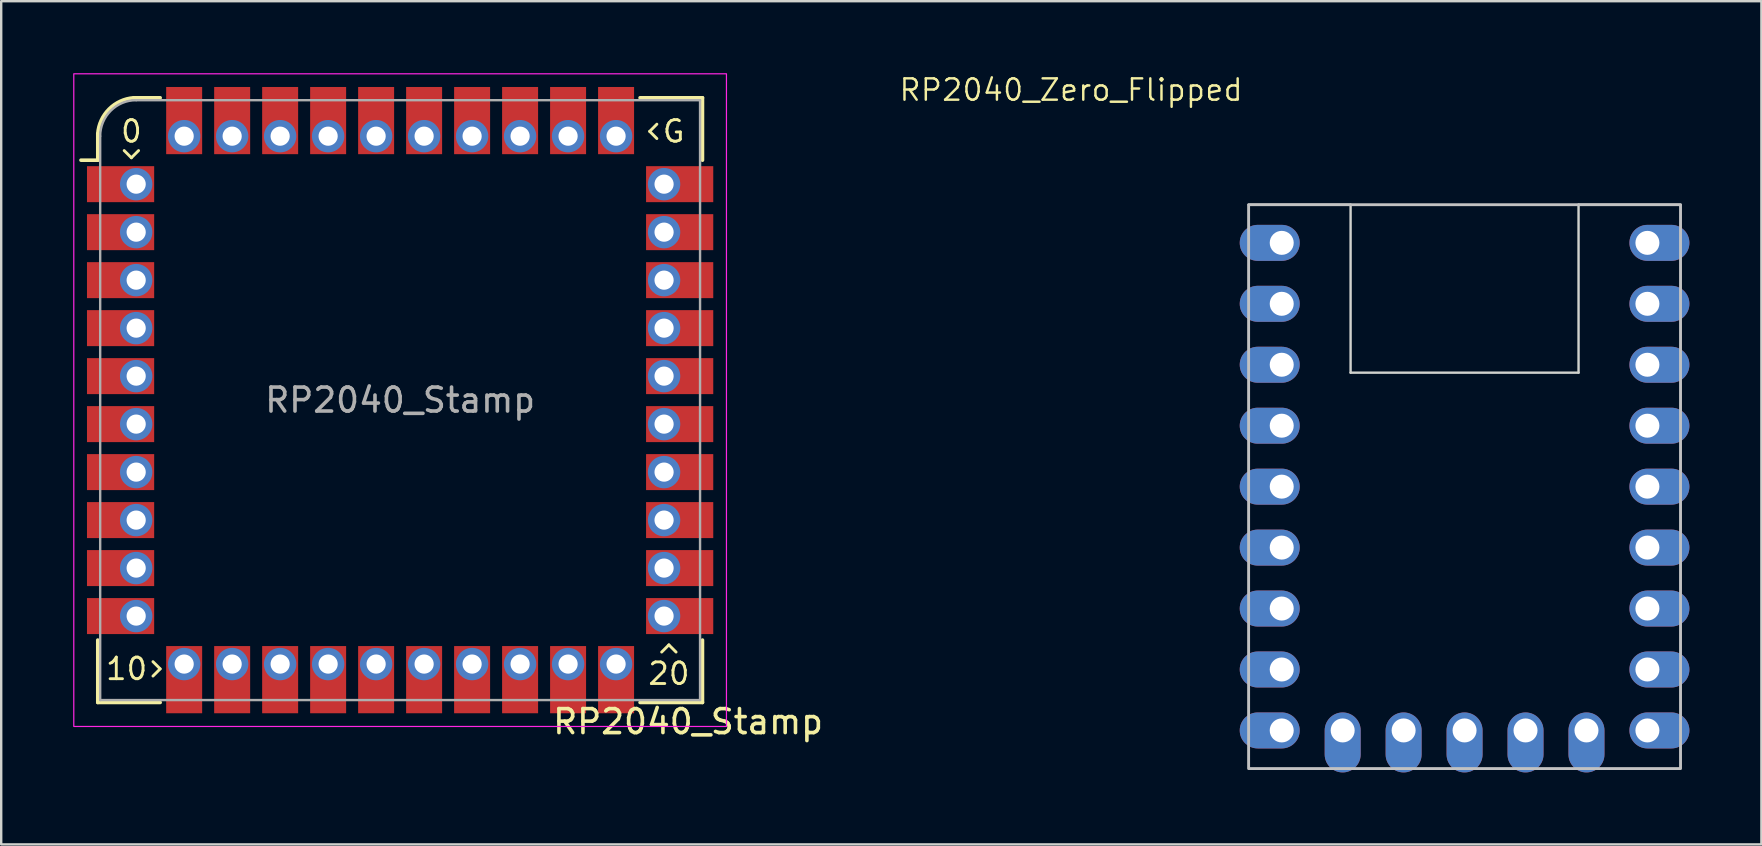
<source format=kicad_pcb>
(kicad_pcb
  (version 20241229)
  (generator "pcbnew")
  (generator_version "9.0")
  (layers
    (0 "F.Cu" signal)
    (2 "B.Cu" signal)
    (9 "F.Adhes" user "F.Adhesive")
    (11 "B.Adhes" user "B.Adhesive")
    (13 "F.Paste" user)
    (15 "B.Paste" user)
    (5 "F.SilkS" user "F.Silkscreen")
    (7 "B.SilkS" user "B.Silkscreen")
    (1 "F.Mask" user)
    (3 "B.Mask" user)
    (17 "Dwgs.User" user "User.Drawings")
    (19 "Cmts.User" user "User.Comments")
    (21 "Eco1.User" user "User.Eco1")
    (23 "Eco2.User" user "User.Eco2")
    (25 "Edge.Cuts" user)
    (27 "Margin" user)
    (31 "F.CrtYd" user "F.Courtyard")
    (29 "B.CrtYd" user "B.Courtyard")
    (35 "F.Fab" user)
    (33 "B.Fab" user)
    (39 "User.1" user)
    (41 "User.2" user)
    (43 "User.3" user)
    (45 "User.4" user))
  (footprint "RP2040_Zero_Flipped"
    (layer "F.Cu")
    (at 57.986 17.231)
    (property "Reference" "RP2040_Zero_Flipped" (at -16.399 -16.533 0) (layer "F.SilkS") (effects (font (size 0.889 0.889) (thickness 0.102))))
    (attr through_hole exclude_from_pos_files)
    (fp_rect (start -9 -11.75) (end 9 11.75) (stroke (width 0.12) (type solid)) (fill no) (layer "Dwgs.User"))
    (fp_line (start -4.75 -11.75) (end -9 -11.75) (stroke (width 0.1) (type default)) (layer "Edge.Cuts"))
    (fp_line (start -4.75 -11.75) (end -4.75 -4.75) (stroke (width 0.1) (type default)) (layer "Edge.Cuts"))
    (fp_line (start -4.75 -4.75) (end 4.75 -4.75) (stroke (width 0.1) (type default)) (layer "Edge.Cuts"))
    (fp_line (start 4.75 -11.75) (end 4.75 -4.75) (stroke (width 0.1) (type default)) (layer "Edge.Cuts"))
    (fp_line (start 9 -11.75) (end 4.75 -11.75) (stroke (width 0.1) (type default)) (layer "Edge.Cuts"))
    (pad "1" thru_hole oval (at -7.62 -10.16 180) (size 2.5 1.5) (drill 1 (offset 0.5 0)) (layers "*.Cu" "*.Mask"))
    (pad "2" thru_hole oval (at -7.62 -7.62 180) (size 2.5 1.5) (drill 1 (offset 0.5 0)) (layers "*.Cu" "*.Mask"))
    (pad "3" thru_hole oval (at -7.62 -5.08 180) (size 2.5 1.5) (drill 1 (offset 0.5 0)) (layers "*.Cu" "*.Mask"))
    (pad "4" thru_hole oval (at -7.62 -2.54 180) (size 2.5 1.5) (drill 1 (offset 0.5 0)) (layers "*.Cu" "*.Mask"))
    (pad "5" thru_hole oval (at -7.62 0 180) (size 2.5 1.5) (drill 1 (offset 0.5 0)) (layers "*.Cu" "*.Mask"))
    (pad "6" thru_hole oval (at -7.62 2.54 180) (size 2.5 1.5) (drill 1 (offset 0.5 0)) (layers "*.Cu" "*.Mask"))
    (pad "7" thru_hole oval (at -7.62 5.08 180) (size 2.5 1.5) (drill 1 (offset 0.5 0)) (layers "*.Cu" "*.Mask"))
    (pad "8" thru_hole oval (at -7.62 7.62 180) (size 2.5 1.5) (drill 1 (offset 0.5 0)) (layers "*.Cu" "*.Mask"))
    (pad "9" thru_hole oval (at -7.62 10.16 180) (size 2.5 1.5) (drill 1 (offset 0.5 0)) (layers "*.Cu" "*.Mask"))
    (pad "10" thru_hole oval (at -5.08 10.16 270) (size 2.5 1.5) (drill 1 (offset 0.5 0)) (layers "*.Cu" "*.Mask"))
    (pad "11" thru_hole oval (at -2.54 10.16 270) (size 2.5 1.5) (drill 1 (offset 0.5 0)) (layers "*.Cu" "*.Mask"))
    (pad "12" thru_hole oval (at 0 10.16 270) (size 2.5 1.5) (drill 1 (offset 0.5 0)) (layers "*.Cu" "*.Mask"))
    (pad "13" thru_hole oval (at 2.54 10.16 270) (size 2.5 1.5) (drill 1 (offset 0.5 0)) (layers "*.Cu" "*.Mask"))
    (pad "14" thru_hole oval (at 5.08 10.16 270) (size 2.5 1.5) (drill 1 (offset 0.5 0)) (layers "*.Cu" "*.Mask"))
    (pad "15" thru_hole oval (at 7.62 10.16) (size 2.5 1.5) (drill 1 (offset 0.5 0)) (layers "*.Cu" "*.Mask"))
    (pad "16" thru_hole oval (at 7.62 7.62) (size 2.5 1.5) (drill 1 (offset 0.5 0)) (layers "*.Cu" "*.Mask"))
    (pad "17" thru_hole oval (at 7.62 5.08) (size 2.5 1.5) (drill 1 (offset 0.5 0)) (layers "*.Cu" "*.Mask"))
    (pad "18" thru_hole oval (at 7.62 2.54) (size 2.5 1.5) (drill 1 (offset 0.5 0)) (layers "*.Cu" "*.Mask"))
    (pad "19" thru_hole oval (at 7.62 0) (size 2.5 1.5) (drill 1 (offset 0.5 0)) (layers "*.Cu" "*.Mask"))
    (pad "20" thru_hole oval (at 7.62 -2.54) (size 2.5 1.5) (drill 1 (offset 0.5 0)) (layers "*.Cu" "*.Mask"))
    (pad "21" thru_hole oval (at 7.62 -5.08) (size 2.5 1.5) (drill 1 (offset 0.5 0)) (layers "*.Cu" "*.Mask"))
    (pad "22" thru_hole oval (at 7.62 -7.62) (size 2.5 1.5) (drill 1 (offset 0.5 0)) (layers "*.Cu" "*.Mask"))
    (pad "23" thru_hole oval (at 7.62 -10.16) (size 2.5 1.5) (drill 1 (offset 0.5 0)) (layers "*.Cu" "*.Mask")))
  (footprint "RP2040_Stamp"
    (layer "F.Cu")
    (at 13.625 13.625)
    (property "Reference" "RP2040_Stamp" (at 12 13.4 0) (unlocked yes) (layer "F.SilkS") (effects (font (size 1 1) (thickness 0.15))))
    (attr through_hole)
    (fp_line (start -12.6 -10) (end -13.3 -10) (stroke (width 0.15) (type solid)) (layer "F.SilkS"))
    (fp_line (start -12.6 -10) (end -12.6 -11.1) (stroke (width 0.15) (type solid)) (layer "F.SilkS"))
    (fp_line (start -12.6 12.6) (end -12.6 10) (stroke (width 0.15) (type solid)) (layer "F.SilkS"))
    (fp_line (start -11.5 -10.4) (end -11.2 -10.1) (stroke (width 0.12) (type solid)) (layer "F.SilkS"))
    (fp_line (start -11.2 -10.1) (end -10.9 -10.4) (stroke (width 0.12) (type solid)) (layer "F.SilkS"))
    (fp_line (start -11.1 -12.6) (end -10 -12.6) (stroke (width 0.15) (type solid)) (layer "F.SilkS"))
    (fp_line (start -10.3 11.5) (end -10 11.2) (stroke (width 0.12) (type solid)) (layer "F.SilkS"))
    (fp_line (start -10 11.2) (end -10.3 10.9) (stroke (width 0.12) (type solid)) (layer "F.SilkS"))
    (fp_line (start -10 12.6) (end -12.6 12.6) (stroke (width 0.15) (type solid)) (layer "F.SilkS"))
    (fp_line (start 10 -12.6) (end 12.6 -12.6) (stroke (width 0.15) (type solid)) (layer "F.SilkS"))
    (fp_line (start 10.4 -11.2) (end 10.7 -10.9) (stroke (width 0.12) (type solid)) (layer "F.SilkS"))
    (fp_line (start 10.7 -11.5) (end 10.4 -11.2) (stroke (width 0.12) (type solid)) (layer "F.SilkS"))
    (fp_line (start 11.2 10.2) (end 10.9 10.5) (stroke (width 0.12) (type solid)) (layer "F.SilkS"))
    (fp_line (start 11.5 10.5) (end 11.2 10.2) (stroke (width 0.12) (type solid)) (layer "F.SilkS"))
    (fp_line (start 12.6 -12.6) (end 12.6 -10) (stroke (width 0.15) (type solid)) (layer "F.SilkS"))
    (fp_line (start 12.6 10) (end 12.6 12.6) (stroke (width 0.15) (type solid)) (layer "F.SilkS"))
    (fp_line (start 12.6 12.6) (end 10 12.6) (stroke (width 0.15) (type solid)) (layer "F.SilkS"))
    (fp_arc (start -12.6 -11.1) (mid -12.129432 -12.129432) (end -11.1 -12.6) (stroke (width 0.15) (type solid)) (layer "F.SilkS"))
    (fp_rect (start -13.6 -13.6) (end 13.6 13.6) (stroke (width 0.05) (type solid)) (fill no) (layer "F.CrtYd"))
    (fp_line (start -12.5 12.5) (end -12.5 -11) (stroke (width 0.1) (type solid)) (layer "F.Fab"))
    (fp_line (start -11 -12.5) (end 12.5 -12.5) (stroke (width 0.1) (type solid)) (layer "F.Fab"))
    (fp_line (start 12.5 -12.5) (end 12.5 12.5) (stroke (width 0.1) (type solid)) (layer "F.Fab"))
    (fp_line (start 12.5 12.5) (end -12.5 12.5) (stroke (width 0.1) (type solid)) (layer "F.Fab"))
    (fp_arc (start -12.500003 -11.000003) (mid -12.060661 -12.060662) (end -11 -12.5) (stroke (width 0.1) (type solid)) (layer "F.Fab"))
    (fp_text user "20" (at 11.2 11.4 0) (unlocked yes) (layer "F.SilkS") (effects (font (size 0.9 0.9) (thickness 0.12))))
    (fp_text user "0" (at -11.2 -11.2 0) (unlocked yes) (layer "F.SilkS") (effects (font (size 0.9 0.9) (thickness 0.12))))
    (fp_text user "10" (at -11.4 11.2 0) (unlocked yes) (layer "F.SilkS") (effects (font (size 0.9 0.9) (thickness 0.12))))
    (fp_text user "G" (at 11.4 -11.2 0) (unlocked yes) (layer "F.SilkS") (effects (font (size 0.9 0.9) (thickness 0.12))))
    (fp_text user "${REFERENCE}" (at 0 0 0) (unlocked yes) (layer "F.Fab") (effects (font (size 1 1) (thickness 0.15))))
    (pad "1" smd rect (at -11.65 -9) (size 2.8 1.5) (layers "F.Cu" "F.Mask" "F.Paste"))
    (pad "1" thru_hole circle (at -11 -9) (size 1.35 1.35) (drill 0.8) (layers "*.Cu" "*.Mask"))
    (pad "2" smd rect (at -11.65 -7) (size 2.8 1.5) (layers "F.Cu" "F.Mask" "F.Paste"))
    (pad "2" thru_hole oval (at -11 -7) (size 1.35 1.35) (drill 0.8) (layers "*.Cu" "*.Mask"))
    (pad "3" smd rect (at -11.65 -5) (size 2.8 1.5) (layers "F.Cu" "F.Mask" "F.Paste"))
    (pad "3" thru_hole oval (at -11 -5) (size 1.35 1.35) (drill 0.8) (layers "*.Cu" "*.Mask"))
    (pad "4" smd rect (at -11.65 -3) (size 2.8 1.5) (layers "F.Cu" "F.Mask" "F.Paste"))
    (pad "4" thru_hole oval (at -11 -3) (size 1.35 1.35) (drill 0.8) (layers "*.Cu" "*.Mask"))
    (pad "5" smd rect (at -11.65 -1) (size 2.8 1.5) (layers "F.Cu" "F.Mask" "F.Paste"))
    (pad "5" thru_hole oval (at -11 -1) (size 1.35 1.35) (drill 0.8) (layers "*.Cu" "*.Mask"))
    (pad "6" smd rect (at -11.65 1) (size 2.8 1.5) (layers "F.Cu" "F.Mask" "F.Paste"))
    (pad "6" thru_hole oval (at -11 1) (size 1.35 1.35) (drill 0.8) (layers "*.Cu" "*.Mask"))
    (pad "7" smd rect (at -11.65 3) (size 2.8 1.5) (layers "F.Cu" "F.Mask" "F.Paste"))
    (pad "7" thru_hole oval (at -11 3) (size 1.35 1.35) (drill 0.8) (layers "*.Cu" "*.Mask"))
    (pad "8" smd rect (at -11.65 5) (size 2.8 1.5) (layers "F.Cu" "F.Mask" "F.Paste"))
    (pad "8" thru_hole oval (at -11 5) (size 1.35 1.35) (drill 0.8) (layers "*.Cu" "*.Mask"))
    (pad "9" smd rect (at -11.65 7) (size 2.8 1.5) (layers "F.Cu" "F.Mask" "F.Paste"))
    (pad "9" thru_hole oval (at -11 7) (size 1.35 1.35) (drill 0.8) (layers "*.Cu" "*.Mask"))
    (pad "10" smd rect (at -11.65 9) (size 2.8 1.5) (layers "F.Cu" "F.Mask" "F.Paste"))
    (pad "10" thru_hole oval (at -11 9) (size 1.35 1.35) (drill 0.8) (layers "*.Cu" "*.Mask"))
    (pad "11" thru_hole oval (at -9 11) (size 1.35 1.35) (drill 0.8) (layers "*.Cu" "*.Mask"))
    (pad "11" smd rect (at -9 11.65 270) (size 2.8 1.5) (layers "F.Cu" "F.Mask" "F.Paste"))
    (pad "12" thru_hole oval (at -7 11) (size 1.35 1.35) (drill 0.8) (layers "*.Cu" "*.Mask"))
    (pad "12" smd rect (at -7 11.65 270) (size 2.8 1.5) (layers "F.Cu" "F.Mask" "F.Paste"))
    (pad "13" thru_hole oval (at -5 11) (size 1.35 1.35) (drill 0.8) (layers "*.Cu" "*.Mask"))
    (pad "13" smd rect (at -5 11.65 270) (size 2.8 1.5) (layers "F.Cu" "F.Mask" "F.Paste"))
    (pad "14" thru_hole oval (at -3 11) (size 1.35 1.35) (drill 0.8) (layers "*.Cu" "*.Mask"))
    (pad "14" smd rect (at -3 11.65 270) (size 2.8 1.5) (layers "F.Cu" "F.Mask" "F.Paste"))
    (pad "15" thru_hole oval (at -1 11) (size 1.35 1.35) (drill 0.8) (layers "*.Cu" "*.Mask"))
    (pad "15" smd rect (at -1 11.65 270) (size 2.8 1.5) (layers "F.Cu" "F.Mask" "F.Paste"))
    (pad "16" thru_hole oval (at 1 11) (size 1.35 1.35) (drill 0.8) (layers "*.Cu" "*.Mask"))
    (pad "16" smd rect (at 1 11.65 270) (size 2.8 1.5) (layers "F.Cu" "F.Mask" "F.Paste"))
    (pad "17" thru_hole oval (at 3 11) (size 1.35 1.35) (drill 0.8) (layers "*.Cu" "*.Mask"))
    (pad "17" smd rect (at 3 11.65 270) (size 2.8 1.5) (layers "F.Cu" "F.Mask" "F.Paste"))
    (pad "18" thru_hole oval (at 5 11) (size 1.35 1.35) (drill 0.8) (layers "*.Cu" "*.Mask"))
    (pad "18" smd rect (at 5 11.65 270) (size 2.8 1.5) (layers "F.Cu" "F.Mask" "F.Paste"))
    (pad "19" thru_hole oval (at 7 11) (size 1.35 1.35) (drill 0.8) (layers "*.Cu" "*.Mask"))
    (pad "19" smd rect (at 7 11.65 270) (size 2.8 1.5) (layers "F.Cu" "F.Mask" "F.Paste"))
    (pad "20" thru_hole oval (at 9 11) (size 1.35 1.35) (drill 0.8) (layers "*.Cu" "*.Mask"))
    (pad "20" smd rect (at 9 11.65 270) (size 2.8 1.5) (layers "F.Cu" "F.Mask" "F.Paste"))
    (pad "21" thru_hole oval (at 11 9) (size 1.35 1.35) (drill 0.8) (layers "*.Cu" "*.Mask"))
    (pad "21" smd rect (at 11.65 9) (size 2.8 1.5) (layers "F.Cu" "F.Mask" "F.Paste"))
    (pad "22" thru_hole oval (at 11 7) (size 1.35 1.35) (drill 0.8) (layers "*.Cu" "*.Mask"))
    (pad "22" smd rect (at 11.65 7) (size 2.8 1.5) (layers "F.Cu" "F.Mask" "F.Paste"))
    (pad "23" thru_hole oval (at 11 5) (size 1.35 1.35) (drill 0.8) (layers "*.Cu" "*.Mask"))
    (pad "23" smd rect (at 11.65 5) (size 2.8 1.5) (layers "F.Cu" "F.Mask" "F.Paste"))
    (pad "24" thru_hole oval (at 11 3) (size 1.35 1.35) (drill 0.8) (layers "*.Cu" "*.Mask"))
    (pad "24" smd rect (at 11.65 3) (size 2.8 1.5) (layers "F.Cu" "F.Mask" "F.Paste"))
    (pad "25" thru_hole oval (at 11 1) (size 1.35 1.35) (drill 0.8) (layers "*.Cu" "*.Mask"))
    (pad "25" smd rect (at 11.65 1) (size 2.8 1.5) (layers "F.Cu" "F.Mask" "F.Paste"))
    (pad "26" thru_hole oval (at 11 -1) (size 1.35 1.35) (drill 0.8) (layers "*.Cu" "*.Mask"))
    (pad "26" smd rect (at 11.65 -1) (size 2.8 1.5) (layers "F.Cu" "F.Mask" "F.Paste"))
    (pad "27" thru_hole oval (at 11 -3) (size 1.35 1.35) (drill 0.8) (layers "*.Cu" "*.Mask"))
    (pad "27" smd rect (at 11.65 -3) (size 2.8 1.5) (layers "F.Cu" "F.Mask" "F.Paste"))
    (pad "28" thru_hole oval (at 11 -5) (size 1.35 1.35) (drill 0.8) (layers "*.Cu" "*.Mask"))
    (pad "28" smd rect (at 11.65 -5) (size 2.8 1.5) (layers "F.Cu" "F.Mask" "F.Paste"))
    (pad "29" thru_hole oval (at 11 -7) (size 1.35 1.35) (drill 0.8) (layers "*.Cu" "*.Mask"))
    (pad "29" smd rect (at 11.65 -7) (size 2.8 1.5) (layers "F.Cu" "F.Mask" "F.Paste"))
    (pad "30" thru_hole oval (at 11 -9) (size 1.35 1.35) (drill 0.8) (layers "*.Cu" "*.Mask"))
    (pad "30" smd rect (at 11.65 -9) (size 2.8 1.5) (layers "F.Cu" "F.Mask" "F.Paste"))
    (pad "31" smd rect (at 9 -11.65 270) (size 2.8 1.5) (layers "F.Cu" "F.Mask" "F.Paste"))
    (pad "31" thru_hole oval (at 9 -11) (size 1.35 1.35) (drill 0.8) (layers "*.Cu" "*.Mask"))
    (pad "32" smd rect (at 7 -11.65 270) (size 2.8 1.5) (layers "F.Cu" "F.Mask" "F.Paste"))
    (pad "32" thru_hole oval (at 7 -11) (size 1.35 1.35) (drill 0.8) (layers "*.Cu" "*.Mask"))
    (pad "33" smd rect (at 5 -11.65 270) (size 2.8 1.5) (layers "F.Cu" "F.Mask" "F.Paste"))
    (pad "33" thru_hole oval (at 5 -11) (size 1.35 1.35) (drill 0.8) (layers "*.Cu" "*.Mask"))
    (pad "34" smd rect (at 3 -11.65 270) (size 2.8 1.5) (layers "F.Cu" "F.Mask" "F.Paste"))
    (pad "34" thru_hole oval (at 3 -11) (size 1.35 1.35) (drill 0.8) (layers "*.Cu" "*.Mask"))
    (pad "35" smd rect (at 1 -11.65 270) (size 2.8 1.5) (layers "F.Cu" "F.Mask" "F.Paste"))
    (pad "35" thru_hole oval (at 1 -11) (size 1.35 1.35) (drill 0.8) (layers "*.Cu" "*.Mask"))
    (pad "36" smd rect (at -1 -11.65 270) (size 2.8 1.5) (layers "F.Cu" "F.Mask" "F.Paste"))
    (pad "36" thru_hole oval (at -1 -11) (size 1.35 1.35) (drill 0.8) (layers "*.Cu" "*.Mask"))
    (pad "37" smd rect (at -3 -11.65 270) (size 2.8 1.5) (layers "F.Cu" "F.Mask" "F.Paste"))
    (pad "37" thru_hole oval (at -3 -11) (size 1.35 1.35) (drill 0.8) (layers "*.Cu" "*.Mask"))
    (pad "38" smd rect (at -5 -11.65 270) (size 2.8 1.5) (layers "F.Cu" "F.Mask" "F.Paste"))
    (pad "38" thru_hole oval (at -5 -11) (size 1.35 1.35) (drill 0.8) (layers "*.Cu" "*.Mask"))
    (pad "39" smd rect (at -7 -11.65 270) (size 2.8 1.5) (layers "F.Cu" "F.Mask" "F.Paste"))
    (pad "39" thru_hole oval (at -7 -11) (size 1.35 1.35) (drill 0.8) (layers "*.Cu" "*.Mask"))
    (pad "40" smd rect (at -9 -11.65 270) (size 2.8 1.5) (layers "F.Cu" "F.Mask" "F.Paste"))
    (pad "40" thru_hole oval (at -9 -11) (size 1.35 1.35) (drill 0.8) (layers "*.Cu" "*.Mask")))
  (gr_rect
    (start -3 -3)
    (end 70.356 32.141)
    (stroke (width 0.1) (type default))
    (fill no)
    (layer "Edge.Cuts")))
</source>
